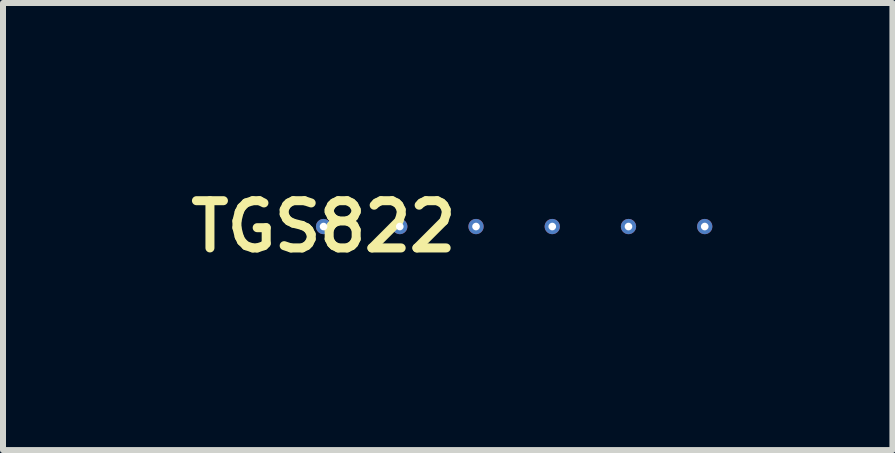
<source format=kicad_pcb>
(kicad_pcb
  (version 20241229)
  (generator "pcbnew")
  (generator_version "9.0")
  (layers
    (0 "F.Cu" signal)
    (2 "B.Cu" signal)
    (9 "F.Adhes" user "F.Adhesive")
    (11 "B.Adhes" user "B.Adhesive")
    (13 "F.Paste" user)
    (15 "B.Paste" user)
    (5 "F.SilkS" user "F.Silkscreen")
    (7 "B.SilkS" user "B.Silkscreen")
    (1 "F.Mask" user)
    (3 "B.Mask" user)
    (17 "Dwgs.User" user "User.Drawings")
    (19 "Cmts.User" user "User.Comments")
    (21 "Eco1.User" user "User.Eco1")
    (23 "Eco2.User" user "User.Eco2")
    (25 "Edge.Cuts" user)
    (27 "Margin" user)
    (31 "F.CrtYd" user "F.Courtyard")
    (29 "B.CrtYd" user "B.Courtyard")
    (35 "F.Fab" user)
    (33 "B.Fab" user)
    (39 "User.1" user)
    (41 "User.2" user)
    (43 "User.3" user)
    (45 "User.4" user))
  (footprint "TGS822"
    (layer "F.Cu")
    (at 2.34 0.724)
    (property "Reference" "TGS822" (at 0 0 0) (layer "F.SilkS") (effects (font (size 0.787 0.787) (thickness 0.15))))
    (attr through_hole)
    (pad "1" thru_hole circle (at 0 0) (size 0.254 0.254) (drill 0.127) (layers "*.Cu" "*.Mask"))
    (pad "2" thru_hole circle (at 5.08 0) (size 0.254 0.254) (drill 0.127) (layers "*.Cu" "*.Mask"))
    (pad "3" thru_hole circle (at 1.27 0) (size 0.254 0.254) (drill 0.127) (layers "*.Cu" "*.Mask"))
    (pad "4" thru_hole circle (at 3.81 0) (size 0.254 0.254) (drill 0.127) (layers "*.Cu" "*.Mask"))
    (pad "5" thru_hole circle (at 6.35 0) (size 0.254 0.254) (drill 0.127) (layers "*.Cu" "*.Mask"))
    (pad "6" thru_hole circle (at 2.54 0) (size 0.254 0.254) (drill 0.127) (layers "*.Cu" "*.Mask")))
  (gr_rect
    (start -3 -3)
    (end 11.817 4.448)
    (stroke (width 0.1) (type default))
    (fill no)
    (layer "Edge.Cuts")))
</source>
